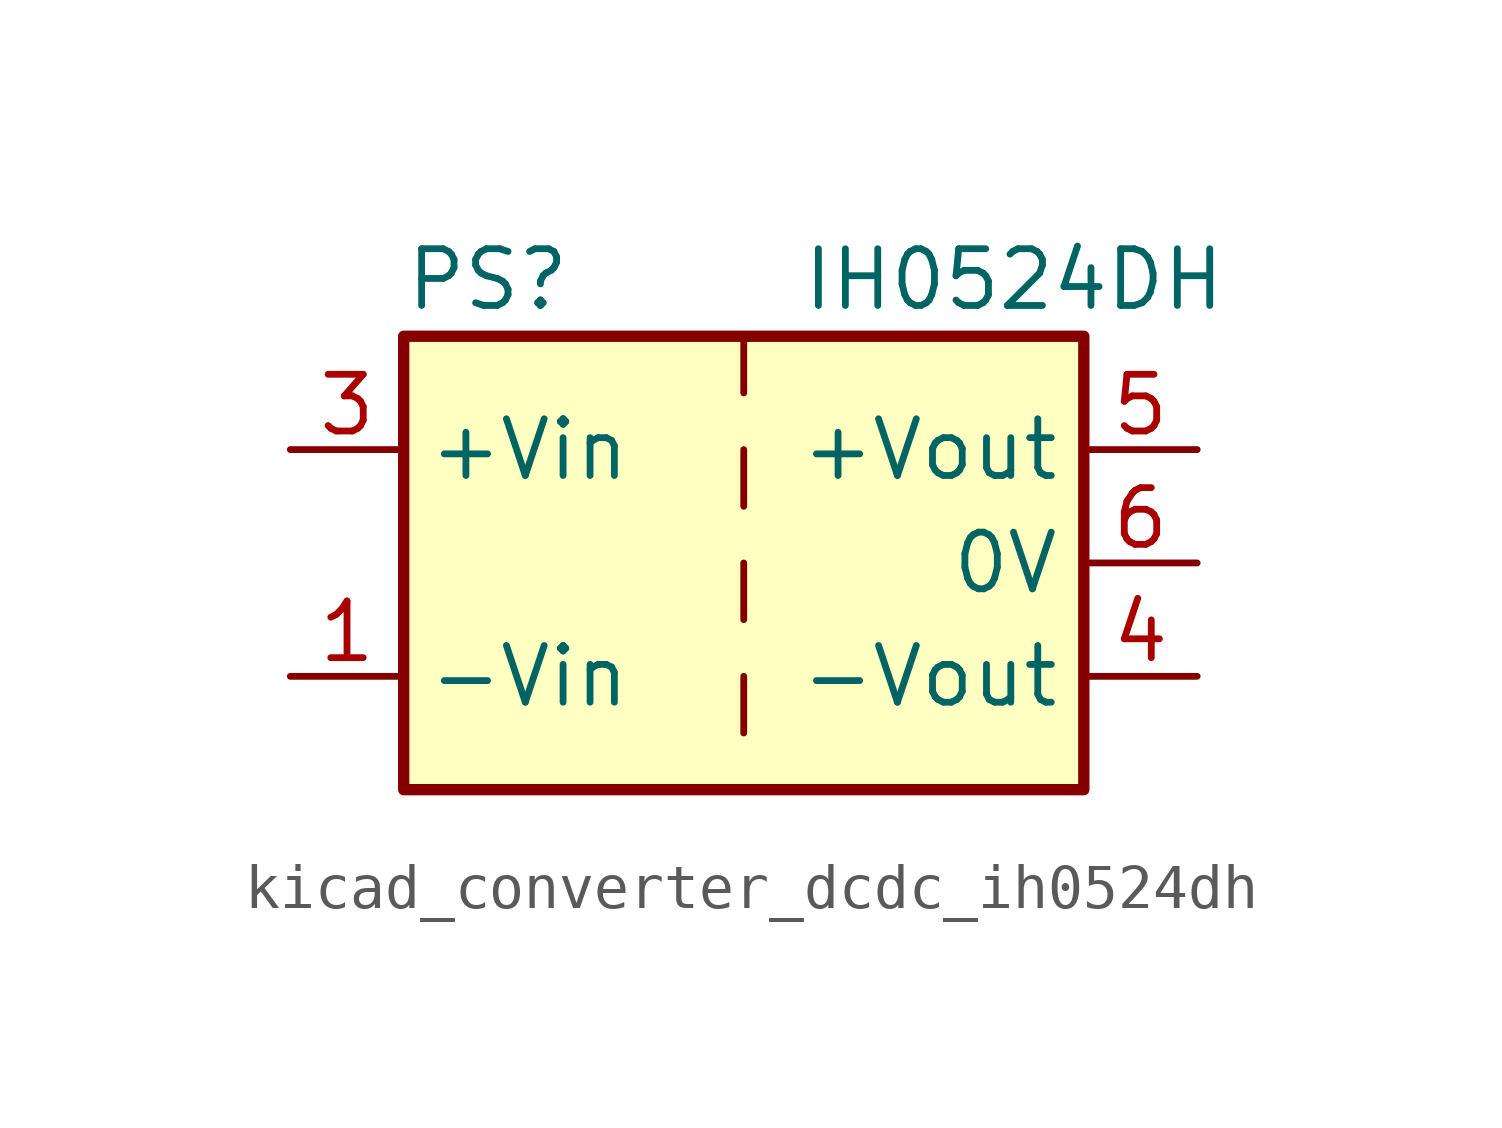
<source format=kicad_sym>
(kicad_symbol_lib
  (version 20220914)
  (generator kicad_symbol_editor)
  (symbol "kicad_converter_dcdc_ih0524dh"
    (property "Reference" "PS"
      (at -7.62 6.35 0)
      (effects (font (size 1.27 1.27)) (justify left)))
    (property "Value" "IH0524DH"
      (at 1.27 6.35 0)
      (effects (font (size 1.27 1.27)) (justify left)))
    (symbol "kicad_converter_dcdc_ih0524dh_0_0"
      (pin power_in line (at -10.16 -2.54 0) (length 2.54) (name "-Vin" (effects (font (size 1.27 1.27)))) (number "1" (effects (font (size 1.27 1.27)))))
      (pin power_in line (at -10.16 2.54 0) (length 2.54) (name "+Vin" (effects (font (size 1.27 1.27)))) (number "3" (effects (font (size 1.27 1.27)))))
      (pin power_out line (at 10.16 -2.54 180) (length 2.54) (name "-Vout" (effects (font (size 1.27 1.27)))) (number "4" (effects (font (size 1.27 1.27)))))
      (pin power_out line (at 10.16 2.54 180) (length 2.54) (name "+Vout" (effects (font (size 1.27 1.27)))) (number "5" (effects (font (size 1.27 1.27)))))
      (pin power_out line (at 10.16 0 180) (length 2.54) (name "0V" (effects (font (size 1.27 1.27)))) (number "6" (effects (font (size 1.27 1.27))))))
    (symbol "kicad_converter_dcdc_ih0524dh_0_1"
      (rectangle (start -7.62 5.08) (end 7.62 -5.08) (stroke (width 0.254) (type default)) (fill (type background)))
      (polyline (pts (xy 0 -2.54) (xy 0 -3.81)) (stroke (width 0) (type default)) (fill (type none)))
      (polyline (pts (xy 0 0) (xy 0 -1.27)) (stroke (width 0) (type default)) (fill (type none)))
      (polyline (pts (xy 0 2.54) (xy 0 1.27)) (stroke (width 0) (type default)) (fill (type none)))
      (polyline (pts (xy 0 5.08) (xy 0 3.81)) (stroke (width 0) (type default)) (fill (type none))))
    (symbol "kicad_converter_dcdc_ih0524dh_1_1"
      (pin no_connect line (at 0 -5.08 90) (length 2.54) hide (name "NC" (effects (font (size 1.27 1.27)))) (number "2" (effects (font (size 1.27 1.27))))))))
</source>
